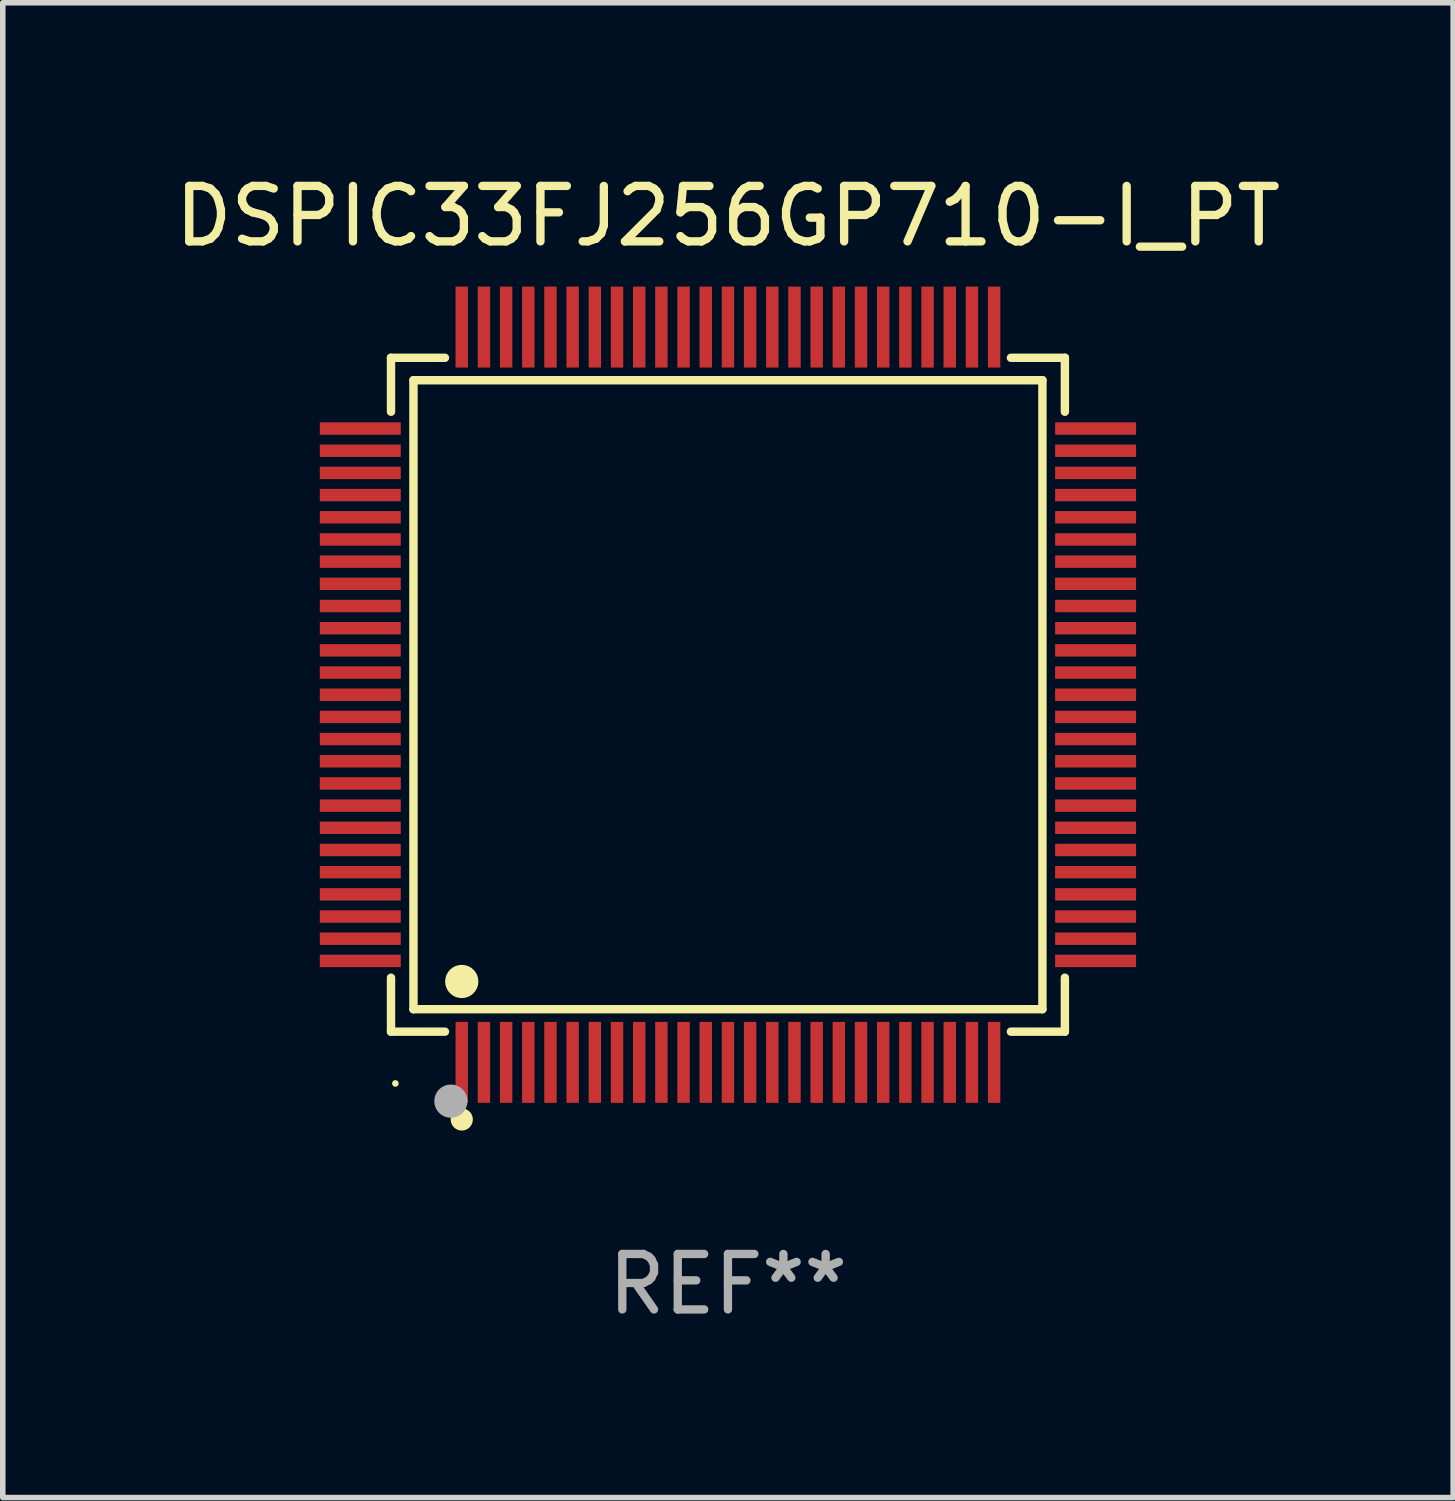
<source format=kicad_pcb>
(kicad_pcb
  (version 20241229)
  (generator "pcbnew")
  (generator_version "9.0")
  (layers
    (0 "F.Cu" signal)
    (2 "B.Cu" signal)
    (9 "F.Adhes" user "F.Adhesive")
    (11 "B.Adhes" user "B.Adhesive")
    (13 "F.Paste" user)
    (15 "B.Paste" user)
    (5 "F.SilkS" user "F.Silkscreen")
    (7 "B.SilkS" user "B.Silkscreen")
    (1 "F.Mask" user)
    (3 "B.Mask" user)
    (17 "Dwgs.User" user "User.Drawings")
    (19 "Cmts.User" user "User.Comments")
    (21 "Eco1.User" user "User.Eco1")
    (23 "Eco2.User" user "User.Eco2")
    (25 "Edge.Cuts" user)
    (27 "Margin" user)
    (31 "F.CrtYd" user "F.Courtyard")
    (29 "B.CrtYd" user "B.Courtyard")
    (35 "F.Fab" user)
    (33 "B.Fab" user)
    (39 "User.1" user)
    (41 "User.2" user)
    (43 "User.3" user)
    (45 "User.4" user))
  (footprint "DSPIC33FJ256GP710-I_PT"
    (layer "F.Cu")
    (at 10.077 9.478)
    (property "Reference" "DSPIC33FJ256GP710-I_PT" (at 0 -8.63 0) (layer "F.SilkS") (effects (font (size 1 1) (thickness 0.15))))
    (attr through_hole)
    (fp_line (start -6.076 -6.076) (end -5.103 -6.076) (stroke (width 0.152) (type solid)) (layer "F.SilkS"))
    (fp_line (start -6.076 -5.103) (end -6.076 -6.076) (stroke (width 0.152) (type solid)) (layer "F.SilkS"))
    (fp_line (start -6.076 5.103) (end -6.076 6.076) (stroke (width 0.152) (type solid)) (layer "F.SilkS"))
    (fp_line (start -6.076 6.076) (end -5.103 6.076) (stroke (width 0.152) (type solid)) (layer "F.SilkS"))
    (fp_line (start -5.671 -5.671) (end 5.671 -5.671) (stroke (width 0.152) (type solid)) (layer "F.SilkS"))
    (fp_line (start -5.671 5.671) (end -5.671 -5.671) (stroke (width 0.152) (type solid)) (layer "F.SilkS"))
    (fp_line (start 5.671 -5.671) (end 5.671 5.671) (stroke (width 0.152) (type solid)) (layer "F.SilkS"))
    (fp_line (start 5.671 5.671) (end -5.671 5.671) (stroke (width 0.152) (type solid)) (layer "F.SilkS"))
    (fp_line (start 6.076 -6.076) (end 5.103 -6.076) (stroke (width 0.152) (type solid)) (layer "F.SilkS"))
    (fp_line (start 6.076 -5.103) (end 6.076 -6.076) (stroke (width 0.152) (type solid)) (layer "F.SilkS"))
    (fp_line (start 6.076 5.103) (end 6.076 6.076) (stroke (width 0.152) (type solid)) (layer "F.SilkS"))
    (fp_line (start 6.076 6.076) (end 5.103 6.076) (stroke (width 0.152) (type solid)) (layer "F.SilkS"))
    (fp_circle (center -5.997 7.01) (end -5.967 7.01) (stroke (width 0.06) (type solid)) (fill no) (layer "F.SilkS"))
    (fp_circle (center -4.8 5.171) (end -4.65 5.171) (stroke (width 0.3) (type solid)) (fill no) (layer "F.SilkS"))
    (fp_circle (center -4.8 7.66) (end -4.7 7.66) (stroke (width 0.2) (type solid)) (fill no) (layer "F.SilkS"))
    (fp_circle (center -4.996 7.329) (end -4.846 7.329) (stroke (width 0.3) (type solid)) (fill no) (layer "F.Fab"))
    (fp_text user "REF**" (at 0 10.63 0) (layer "F.Fab") (effects (font (size 1 1) (thickness 0.15))))
    (pad "1" smd rect (at -4.8 6.63) (size 0.224 1.46) (layers "F.Cu" "F.Mask" "F.Paste"))
    (pad "2" smd rect (at -4.4 6.63) (size 0.224 1.46) (layers "F.Cu" "F.Mask" "F.Paste"))
    (pad "3" smd rect (at -4 6.63) (size 0.224 1.46) (layers "F.Cu" "F.Mask" "F.Paste"))
    (pad "4" smd rect (at -3.6 6.63) (size 0.224 1.46) (layers "F.Cu" "F.Mask" "F.Paste"))
    (pad "5" smd rect (at -3.2 6.63) (size 0.224 1.46) (layers "F.Cu" "F.Mask" "F.Paste"))
    (pad "6" smd rect (at -2.8 6.63) (size 0.224 1.46) (layers "F.Cu" "F.Mask" "F.Paste"))
    (pad "7" smd rect (at -2.4 6.63) (size 0.224 1.46) (layers "F.Cu" "F.Mask" "F.Paste"))
    (pad "8" smd rect (at -2 6.63) (size 0.224 1.46) (layers "F.Cu" "F.Mask" "F.Paste"))
    (pad "9" smd rect (at -1.6 6.63) (size 0.224 1.46) (layers "F.Cu" "F.Mask" "F.Paste"))
    (pad "10" smd rect (at -1.2 6.63) (size 0.224 1.46) (layers "F.Cu" "F.Mask" "F.Paste"))
    (pad "11" smd rect (at -0.8 6.63) (size 0.224 1.46) (layers "F.Cu" "F.Mask" "F.Paste"))
    (pad "12" smd rect (at -0.4 6.63) (size 0.224 1.46) (layers "F.Cu" "F.Mask" "F.Paste"))
    (pad "13" smd rect (at 0 6.63) (size 0.224 1.46) (layers "F.Cu" "F.Mask" "F.Paste"))
    (pad "14" smd rect (at 0.4 6.63) (size 0.224 1.46) (layers "F.Cu" "F.Mask" "F.Paste"))
    (pad "15" smd rect (at 0.8 6.63) (size 0.224 1.46) (layers "F.Cu" "F.Mask" "F.Paste"))
    (pad "16" smd rect (at 1.2 6.63) (size 0.224 1.46) (layers "F.Cu" "F.Mask" "F.Paste"))
    (pad "17" smd rect (at 1.6 6.63) (size 0.224 1.46) (layers "F.Cu" "F.Mask" "F.Paste"))
    (pad "18" smd rect (at 2 6.63) (size 0.224 1.46) (layers "F.Cu" "F.Mask" "F.Paste"))
    (pad "19" smd rect (at 2.4 6.63) (size 0.224 1.46) (layers "F.Cu" "F.Mask" "F.Paste"))
    (pad "20" smd rect (at 2.8 6.63) (size 0.224 1.46) (layers "F.Cu" "F.Mask" "F.Paste"))
    (pad "21" smd rect (at 3.2 6.63) (size 0.224 1.46) (layers "F.Cu" "F.Mask" "F.Paste"))
    (pad "22" smd rect (at 3.6 6.63) (size 0.224 1.46) (layers "F.Cu" "F.Mask" "F.Paste"))
    (pad "23" smd rect (at 4 6.63) (size 0.224 1.46) (layers "F.Cu" "F.Mask" "F.Paste"))
    (pad "24" smd rect (at 4.4 6.63) (size 0.224 1.46) (layers "F.Cu" "F.Mask" "F.Paste"))
    (pad "25" smd rect (at 4.8 6.63) (size 0.224 1.46) (layers "F.Cu" "F.Mask" "F.Paste"))
    (pad "26" smd rect (at 6.63 4.8) (size 1.46 0.224) (layers "F.Cu" "F.Mask" "F.Paste"))
    (pad "27" smd rect (at 6.63 4.4) (size 1.46 0.224) (layers "F.Cu" "F.Mask" "F.Paste"))
    (pad "28" smd rect (at 6.63 4) (size 1.46 0.224) (layers "F.Cu" "F.Mask" "F.Paste"))
    (pad "29" smd rect (at 6.63 3.6) (size 1.46 0.224) (layers "F.Cu" "F.Mask" "F.Paste"))
    (pad "30" smd rect (at 6.63 3.2) (size 1.46 0.224) (layers "F.Cu" "F.Mask" "F.Paste"))
    (pad "31" smd rect (at 6.63 2.8) (size 1.46 0.224) (layers "F.Cu" "F.Mask" "F.Paste"))
    (pad "32" smd rect (at 6.63 2.4) (size 1.46 0.224) (layers "F.Cu" "F.Mask" "F.Paste"))
    (pad "33" smd rect (at 6.63 2) (size 1.46 0.224) (layers "F.Cu" "F.Mask" "F.Paste"))
    (pad "34" smd rect (at 6.63 1.6) (size 1.46 0.224) (layers "F.Cu" "F.Mask" "F.Paste"))
    (pad "35" smd rect (at 6.63 1.2) (size 1.46 0.224) (layers "F.Cu" "F.Mask" "F.Paste"))
    (pad "36" smd rect (at 6.63 0.8) (size 1.46 0.224) (layers "F.Cu" "F.Mask" "F.Paste"))
    (pad "37" smd rect (at 6.63 0.4) (size 1.46 0.224) (layers "F.Cu" "F.Mask" "F.Paste"))
    (pad "38" smd rect (at 6.63 0) (size 1.46 0.224) (layers "F.Cu" "F.Mask" "F.Paste"))
    (pad "39" smd rect (at 6.63 -0.4) (size 1.46 0.224) (layers "F.Cu" "F.Mask" "F.Paste"))
    (pad "40" smd rect (at 6.63 -0.8) (size 1.46 0.224) (layers "F.Cu" "F.Mask" "F.Paste"))
    (pad "41" smd rect (at 6.63 -1.2) (size 1.46 0.224) (layers "F.Cu" "F.Mask" "F.Paste"))
    (pad "42" smd rect (at 6.63 -1.6) (size 1.46 0.224) (layers "F.Cu" "F.Mask" "F.Paste"))
    (pad "43" smd rect (at 6.63 -2) (size 1.46 0.224) (layers "F.Cu" "F.Mask" "F.Paste"))
    (pad "44" smd rect (at 6.63 -2.4) (size 1.46 0.224) (layers "F.Cu" "F.Mask" "F.Paste"))
    (pad "45" smd rect (at 6.63 -2.8) (size 1.46 0.224) (layers "F.Cu" "F.Mask" "F.Paste"))
    (pad "46" smd rect (at 6.63 -3.2) (size 1.46 0.224) (layers "F.Cu" "F.Mask" "F.Paste"))
    (pad "47" smd rect (at 6.63 -3.6) (size 1.46 0.224) (layers "F.Cu" "F.Mask" "F.Paste"))
    (pad "48" smd rect (at 6.63 -4) (size 1.46 0.224) (layers "F.Cu" "F.Mask" "F.Paste"))
    (pad "49" smd rect (at 6.63 -4.4) (size 1.46 0.224) (layers "F.Cu" "F.Mask" "F.Paste"))
    (pad "50" smd rect (at 6.63 -4.8) (size 1.46 0.224) (layers "F.Cu" "F.Mask" "F.Paste"))
    (pad "51" smd rect (at 4.8 -6.63) (size 0.224 1.46) (layers "F.Cu" "F.Mask" "F.Paste"))
    (pad "52" smd rect (at 4.4 -6.63) (size 0.224 1.46) (layers "F.Cu" "F.Mask" "F.Paste"))
    (pad "53" smd rect (at 4 -6.63) (size 0.224 1.46) (layers "F.Cu" "F.Mask" "F.Paste"))
    (pad "54" smd rect (at 3.6 -6.63) (size 0.224 1.46) (layers "F.Cu" "F.Mask" "F.Paste"))
    (pad "55" smd rect (at 3.2 -6.63) (size 0.224 1.46) (layers "F.Cu" "F.Mask" "F.Paste"))
    (pad "56" smd rect (at 2.8 -6.63) (size 0.224 1.46) (layers "F.Cu" "F.Mask" "F.Paste"))
    (pad "57" smd rect (at 2.4 -6.63) (size 0.224 1.46) (layers "F.Cu" "F.Mask" "F.Paste"))
    (pad "58" smd rect (at 2 -6.63) (size 0.224 1.46) (layers "F.Cu" "F.Mask" "F.Paste"))
    (pad "59" smd rect (at 1.6 -6.63) (size 0.224 1.46) (layers "F.Cu" "F.Mask" "F.Paste"))
    (pad "60" smd rect (at 1.2 -6.63) (size 0.224 1.46) (layers "F.Cu" "F.Mask" "F.Paste"))
    (pad "61" smd rect (at 0.8 -6.63) (size 0.224 1.46) (layers "F.Cu" "F.Mask" "F.Paste"))
    (pad "62" smd rect (at 0.4 -6.63) (size 0.224 1.46) (layers "F.Cu" "F.Mask" "F.Paste"))
    (pad "63" smd rect (at 0 -6.63) (size 0.224 1.46) (layers "F.Cu" "F.Mask" "F.Paste"))
    (pad "64" smd rect (at -0.4 -6.63) (size 0.224 1.46) (layers "F.Cu" "F.Mask" "F.Paste"))
    (pad "65" smd rect (at -0.8 -6.63) (size 0.224 1.46) (layers "F.Cu" "F.Mask" "F.Paste"))
    (pad "66" smd rect (at -1.2 -6.63) (size 0.224 1.46) (layers "F.Cu" "F.Mask" "F.Paste"))
    (pad "67" smd rect (at -1.6 -6.63) (size 0.224 1.46) (layers "F.Cu" "F.Mask" "F.Paste"))
    (pad "68" smd rect (at -2 -6.63) (size 0.224 1.46) (layers "F.Cu" "F.Mask" "F.Paste"))
    (pad "69" smd rect (at -2.4 -6.63) (size 0.224 1.46) (layers "F.Cu" "F.Mask" "F.Paste"))
    (pad "70" smd rect (at -2.8 -6.63) (size 0.224 1.46) (layers "F.Cu" "F.Mask" "F.Paste"))
    (pad "71" smd rect (at -3.2 -6.63) (size 0.224 1.46) (layers "F.Cu" "F.Mask" "F.Paste"))
    (pad "72" smd rect (at -3.6 -6.63) (size 0.224 1.46) (layers "F.Cu" "F.Mask" "F.Paste"))
    (pad "73" smd rect (at -4 -6.63) (size 0.224 1.46) (layers "F.Cu" "F.Mask" "F.Paste"))
    (pad "74" smd rect (at -4.4 -6.63) (size 0.224 1.46) (layers "F.Cu" "F.Mask" "F.Paste"))
    (pad "75" smd rect (at -4.8 -6.63) (size 0.224 1.46) (layers "F.Cu" "F.Mask" "F.Paste"))
    (pad "76" smd rect (at -6.63 -4.8) (size 1.46 0.224) (layers "F.Cu" "F.Mask" "F.Paste"))
    (pad "77" smd rect (at -6.63 -4.4) (size 1.46 0.224) (layers "F.Cu" "F.Mask" "F.Paste"))
    (pad "78" smd rect (at -6.63 -4) (size 1.46 0.224) (layers "F.Cu" "F.Mask" "F.Paste"))
    (pad "79" smd rect (at -6.63 -3.6) (size 1.46 0.224) (layers "F.Cu" "F.Mask" "F.Paste"))
    (pad "80" smd rect (at -6.63 -3.2) (size 1.46 0.224) (layers "F.Cu" "F.Mask" "F.Paste"))
    (pad "81" smd rect (at -6.63 -2.8) (size 1.46 0.224) (layers "F.Cu" "F.Mask" "F.Paste"))
    (pad "82" smd rect (at -6.63 -2.4) (size 1.46 0.224) (layers "F.Cu" "F.Mask" "F.Paste"))
    (pad "83" smd rect (at -6.63 -2) (size 1.46 0.224) (layers "F.Cu" "F.Mask" "F.Paste"))
    (pad "84" smd rect (at -6.63 -1.6) (size 1.46 0.224) (layers "F.Cu" "F.Mask" "F.Paste"))
    (pad "85" smd rect (at -6.63 -1.2) (size 1.46 0.224) (layers "F.Cu" "F.Mask" "F.Paste"))
    (pad "86" smd rect (at -6.63 -0.8) (size 1.46 0.224) (layers "F.Cu" "F.Mask" "F.Paste"))
    (pad "87" smd rect (at -6.63 -0.4) (size 1.46 0.224) (layers "F.Cu" "F.Mask" "F.Paste"))
    (pad "88" smd rect (at -6.63 0) (size 1.46 0.224) (layers "F.Cu" "F.Mask" "F.Paste"))
    (pad "89" smd rect (at -6.63 0.4) (size 1.46 0.224) (layers "F.Cu" "F.Mask" "F.Paste"))
    (pad "90" smd rect (at -6.63 0.8) (size 1.46 0.224) (layers "F.Cu" "F.Mask" "F.Paste"))
    (pad "91" smd rect (at -6.63 1.2) (size 1.46 0.224) (layers "F.Cu" "F.Mask" "F.Paste"))
    (pad "92" smd rect (at -6.63 1.6) (size 1.46 0.224) (layers "F.Cu" "F.Mask" "F.Paste"))
    (pad "93" smd rect (at -6.63 2) (size 1.46 0.224) (layers "F.Cu" "F.Mask" "F.Paste"))
    (pad "94" smd rect (at -6.63 2.4) (size 1.46 0.224) (layers "F.Cu" "F.Mask" "F.Paste"))
    (pad "95" smd rect (at -6.63 2.8) (size 1.46 0.224) (layers "F.Cu" "F.Mask" "F.Paste"))
    (pad "96" smd rect (at -6.63 3.2) (size 1.46 0.224) (layers "F.Cu" "F.Mask" "F.Paste"))
    (pad "97" smd rect (at -6.63 3.6) (size 1.46 0.224) (layers "F.Cu" "F.Mask" "F.Paste"))
    (pad "98" smd rect (at -6.63 4) (size 1.46 0.224) (layers "F.Cu" "F.Mask" "F.Paste"))
    (pad "99" smd rect (at -6.63 4.4) (size 1.46 0.224) (layers "F.Cu" "F.Mask" "F.Paste"))
    (pad "100" smd rect (at -6.63 4.8) (size 1.46 0.224) (layers "F.Cu" "F.Mask" "F.Paste")))
  (gr_rect
    (start -3 -3)
    (end 23.155 23.956)
    (stroke (width 0.1) (type default))
    (fill no)
    (layer "Edge.Cuts")))
</source>
